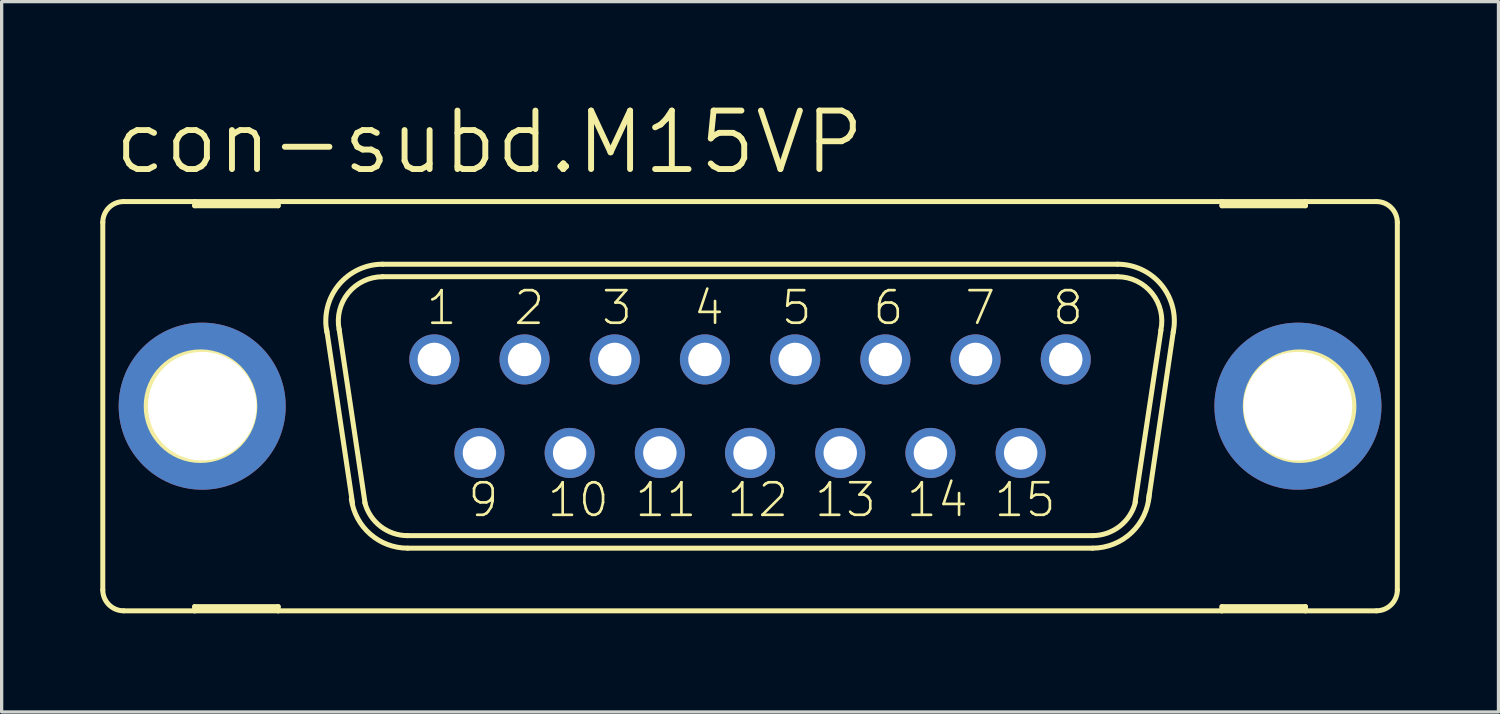
<source format=kicad_pcb>
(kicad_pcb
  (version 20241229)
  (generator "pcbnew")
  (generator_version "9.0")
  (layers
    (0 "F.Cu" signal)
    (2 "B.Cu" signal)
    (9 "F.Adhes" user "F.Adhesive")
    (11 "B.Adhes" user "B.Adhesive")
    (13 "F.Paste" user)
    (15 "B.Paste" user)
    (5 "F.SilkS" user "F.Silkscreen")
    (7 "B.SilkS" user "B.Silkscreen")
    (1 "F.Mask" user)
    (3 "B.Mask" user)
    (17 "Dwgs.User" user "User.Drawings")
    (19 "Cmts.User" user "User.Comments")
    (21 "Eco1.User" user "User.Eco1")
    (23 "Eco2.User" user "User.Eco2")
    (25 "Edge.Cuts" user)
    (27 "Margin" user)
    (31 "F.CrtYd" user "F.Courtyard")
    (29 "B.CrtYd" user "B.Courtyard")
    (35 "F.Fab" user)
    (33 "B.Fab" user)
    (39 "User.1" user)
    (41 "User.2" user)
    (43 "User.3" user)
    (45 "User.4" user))
  (footprint "con-subd.M15VP"
    (layer "F.Cu")
    (at 19.761 9.303)
    (property "Reference" "con-subd.M15VP" (at -19.431 -6.985 0) (layer "F.SilkS") (effects (font (size 1.778 1.778) (thickness 0.18)) (justify left bottom)))
    (attr through_hole)
    (fp_line (start -19.685 -5.588) (end -19.685 5.588) (stroke (width 0.152) (type default)) (layer "F.SilkS"))
    (fp_line (start -19.05 6.223) (end -16.891 6.223) (stroke (width 0.152) (type default)) (layer "F.SilkS"))
    (fp_line (start -16.891 -6.223) (end -19.05 -6.223) (stroke (width 0.152) (type default)) (layer "F.SilkS"))
    (fp_line (start -16.891 -6.223) (end -16.891 -6.096) (stroke (width 0.152) (type default)) (layer "F.SilkS"))
    (fp_line (start -16.891 -6.096) (end -14.351 -6.096) (stroke (width 0.152) (type default)) (layer "F.SilkS"))
    (fp_line (start -16.891 6.096) (end -14.351 6.096) (stroke (width 0.152) (type default)) (layer "F.SilkS"))
    (fp_line (start -16.891 6.223) (end -16.891 6.096) (stroke (width 0.152) (type default)) (layer "F.SilkS"))
    (fp_line (start -16.891 6.223) (end -14.351 6.223) (stroke (width 0.152) (type default)) (layer "F.SilkS"))
    (fp_line (start -14.351 -6.223) (end -16.891 -6.223) (stroke (width 0.152) (type default)) (layer "F.SilkS"))
    (fp_line (start -14.351 -6.096) (end -14.351 -6.223) (stroke (width 0.152) (type default)) (layer "F.SilkS"))
    (fp_line (start -14.351 6.096) (end -14.351 6.223) (stroke (width 0.152) (type default)) (layer "F.SilkS"))
    (fp_line (start -14.351 6.223) (end 14.351 6.223) (stroke (width 0.152) (type default)) (layer "F.SilkS"))
    (fp_line (start -12.09 2.946) (end -12.878 -2.337) (stroke (width 0.152) (type default)) (layer "F.SilkS"))
    (fp_line (start -11.709 2.946) (end -12.497 -2.337) (stroke (width 0.152) (type default)) (layer "F.SilkS"))
    (fp_line (start -11.176 -4.318) (end 11.176 -4.318) (stroke (width 0.152) (type default)) (layer "F.SilkS"))
    (fp_line (start -11.176 -3.937) (end 11.176 -3.937) (stroke (width 0.152) (type default)) (layer "F.SilkS"))
    (fp_line (start -10.414 3.937) (end 10.414 3.937) (stroke (width 0.152) (type default)) (layer "F.SilkS"))
    (fp_line (start -10.414 4.318) (end 10.414 4.318) (stroke (width 0.152) (type default)) (layer "F.SilkS"))
    (fp_line (start 12.497 -2.311) (end 11.709 2.921) (stroke (width 0.152) (type default)) (layer "F.SilkS"))
    (fp_line (start 12.878 -2.311) (end 12.116 2.87) (stroke (width 0.152) (type default)) (layer "F.SilkS"))
    (fp_line (start 14.351 -6.223) (end -14.351 -6.223) (stroke (width 0.152) (type default)) (layer "F.SilkS"))
    (fp_line (start 14.351 -6.223) (end 14.351 -6.096) (stroke (width 0.152) (type default)) (layer "F.SilkS"))
    (fp_line (start 14.351 -6.096) (end 16.891 -6.096) (stroke (width 0.152) (type default)) (layer "F.SilkS"))
    (fp_line (start 14.351 6.096) (end 16.891 6.096) (stroke (width 0.152) (type default)) (layer "F.SilkS"))
    (fp_line (start 14.351 6.223) (end 14.351 6.096) (stroke (width 0.152) (type default)) (layer "F.SilkS"))
    (fp_line (start 14.351 6.223) (end 16.891 6.223) (stroke (width 0.152) (type default)) (layer "F.SilkS"))
    (fp_line (start 16.891 -6.223) (end 14.351 -6.223) (stroke (width 0.152) (type default)) (layer "F.SilkS"))
    (fp_line (start 16.891 -6.096) (end 16.891 -6.223) (stroke (width 0.152) (type default)) (layer "F.SilkS"))
    (fp_line (start 16.891 6.096) (end 16.891 6.223) (stroke (width 0.152) (type default)) (layer "F.SilkS"))
    (fp_line (start 16.891 6.223) (end 19.05 6.223) (stroke (width 0.152) (type default)) (layer "F.SilkS"))
    (fp_line (start 19.05 -6.223) (end 16.891 -6.223) (stroke (width 0.152) (type default)) (layer "F.SilkS"))
    (fp_line (start 19.685 -5.588) (end 19.685 5.588) (stroke (width 0.152) (type default)) (layer "F.SilkS"))
    (fp_arc (start -19.685 -5.588) (mid -19.499013 -6.037013) (end -19.05 -6.223) (stroke (width 0.1524) (type default)) (layer "F.SilkS"))
    (fp_arc (start -19.05 6.223) (mid -19.499013 6.037013) (end -19.685 5.588) (stroke (width 0.1524) (type default)) (layer "F.SilkS"))
    (fp_arc (start -12.8697 -2.2521) (mid -12.511717 -3.685841) (end -11.176 -4.318) (stroke (width 0.1524) (type default)) (layer "F.SilkS"))
    (fp_arc (start -12.4961 -2.3268) (mid -12.217082 -3.444284) (end -11.176 -3.937) (stroke (width 0.1524) (type default)) (layer "F.SilkS"))
    (fp_arc (start -10.414 3.937) (mid -11.2375 3.655746) (end -11.7169 2.9295) (stroke (width 0.1524) (type default)) (layer "F.SilkS"))
    (fp_arc (start -10.414 4.318) (mid -11.551711 3.890312) (end -12.126 2.8191) (stroke (width 0.1524) (type default)) (layer "F.SilkS"))
    (fp_arc (start 11.176 -4.318) (mid 12.511812 -3.685867) (end 12.87 -2.2521) (stroke (width 0.1524) (type default)) (layer "F.SilkS"))
    (fp_arc (start 11.176 -3.937) (mid 12.224556 -3.435184) (end 12.4915 -2.3038) (stroke (width 0.1524) (type default)) (layer "F.SilkS"))
    (fp_arc (start 11.7227 2.905) (mid 11.247256 3.647874) (end 10.414 3.937) (stroke (width 0.1524) (type default)) (layer "F.SilkS"))
    (fp_arc (start 12.1383 2.6849) (mid 11.601366 3.844828) (end 10.414 4.318) (stroke (width 0.1524) (type default)) (layer "F.SilkS"))
    (fp_arc (start 19.05 -6.223) (mid 19.499013 -6.037013) (end 19.685 -5.588) (stroke (width 0.1524) (type default)) (layer "F.SilkS"))
    (fp_arc (start 19.685 5.588) (mid 19.499013 6.037013) (end 19.05 6.223) (stroke (width 0.1524) (type default)) (layer "F.SilkS"))
    (fp_circle (center -16.713 0) (end -15.062 0) (stroke (width 0.152) (type default)) (fill no) (layer "F.SilkS"))
    (fp_circle (center 16.713 0) (end 18.364 0) (stroke (width 0.152) (type default)) (fill no) (layer "F.SilkS"))
    (fp_circle (center -9.601 -1.422) (end -9.347 -1.422) (stroke (width 0.406) (type default)) (fill no) (layer "F.Fab"))
    (fp_circle (center -8.23 1.422) (end -7.976 1.422) (stroke (width 0.406) (type default)) (fill no) (layer "F.Fab"))
    (fp_circle (center -6.858 -1.422) (end -6.604 -1.422) (stroke (width 0.406) (type default)) (fill no) (layer "F.Fab"))
    (fp_circle (center -5.486 1.422) (end -5.232 1.422) (stroke (width 0.406) (type default)) (fill no) (layer "F.Fab"))
    (fp_circle (center -4.115 -1.422) (end -3.861 -1.422) (stroke (width 0.406) (type default)) (fill no) (layer "F.Fab"))
    (fp_circle (center -2.743 1.422) (end -2.489 1.422) (stroke (width 0.406) (type default)) (fill no) (layer "F.Fab"))
    (fp_circle (center -1.372 -1.422) (end -1.118 -1.422) (stroke (width 0.406) (type default)) (fill no) (layer "F.Fab"))
    (fp_circle (center 0 1.422) (end 0.254 1.422) (stroke (width 0.406) (type default)) (fill no) (layer "F.Fab"))
    (fp_circle (center 1.372 -1.422) (end 1.626 -1.422) (stroke (width 0.406) (type default)) (fill no) (layer "F.Fab"))
    (fp_circle (center 2.743 1.422) (end 2.997 1.422) (stroke (width 0.406) (type default)) (fill no) (layer "F.Fab"))
    (fp_circle (center 4.115 -1.422) (end 4.369 -1.422) (stroke (width 0.406) (type default)) (fill no) (layer "F.Fab"))
    (fp_circle (center 5.486 1.422) (end 5.74 1.422) (stroke (width 0.406) (type default)) (fill no) (layer "F.Fab"))
    (fp_circle (center 6.858 -1.422) (end 7.112 -1.422) (stroke (width 0.406) (type default)) (fill no) (layer "F.Fab"))
    (fp_circle (center 8.23 1.422) (end 8.484 1.422) (stroke (width 0.406) (type default)) (fill no) (layer "F.Fab"))
    (fp_circle (center 9.601 -1.422) (end 9.855 -1.422) (stroke (width 0.406) (type default)) (fill no) (layer "F.Fab"))
    (fp_text user "6" (at 3.683 -2.413 0) (layer "F.SilkS") (effects (font (size 0.991 0.991) (thickness 0.08)) (justify left bottom)))
    (fp_text user "10" (at -6.223 3.429 0) (layer "F.SilkS") (effects (font (size 0.991 0.991) (thickness 0.08)) (justify left bottom)))
    (fp_text user "9" (at -8.636 3.429 0) (layer "F.SilkS") (effects (font (size 0.991 0.991) (thickness 0.08)) (justify left bottom)))
    (fp_text user "12" (at -0.762 3.429 0) (layer "F.SilkS") (effects (font (size 0.991 0.991) (thickness 0.08)) (justify left bottom)))
    (fp_text user "8" (at 9.144 -2.413 0) (layer "F.SilkS") (effects (font (size 0.991 0.991) (thickness 0.08)) (justify left bottom)))
    (fp_text user "1" (at -9.906 -2.413 0) (layer "F.SilkS") (effects (font (size 0.991 0.991) (thickness 0.08)) (justify left bottom)))
    (fp_text user "13" (at 1.905 3.429 0) (layer "F.SilkS") (effects (font (size 0.991 0.991) (thickness 0.08)) (justify left bottom)))
    (fp_text user "3" (at -4.572 -2.413 0) (layer "F.SilkS") (effects (font (size 0.991 0.991) (thickness 0.08)) (justify left bottom)))
    (fp_text user "15" (at 7.366 3.429 0) (layer "F.SilkS") (effects (font (size 0.991 0.991) (thickness 0.08)) (justify left bottom)))
    (fp_text user "5" (at 0.889 -2.413 0) (layer "F.SilkS") (effects (font (size 0.991 0.991) (thickness 0.08)) (justify left bottom)))
    (fp_text user "2" (at -7.239 -2.413 0) (layer "F.SilkS") (effects (font (size 0.991 0.991) (thickness 0.08)) (justify left bottom)))
    (fp_text user "14" (at 4.699 3.429 0) (layer "F.SilkS") (effects (font (size 0.991 0.991) (thickness 0.08)) (justify left bottom)))
    (fp_text user "4" (at -1.778 -2.413 0) (layer "F.SilkS") (effects (font (size 0.991 0.991) (thickness 0.08)) (justify left bottom)))
    (fp_text user "7" (at 6.477 -2.413 0) (layer "F.SilkS") (effects (font (size 0.991 0.991) (thickness 0.08)) (justify left bottom)))
    (fp_text user "11" (at -3.556 3.429 0) (layer "F.SilkS") (effects (font (size 0.991 0.991) (thickness 0.08)) (justify left bottom)))
    (pad "1" thru_hole circle (at -9.601 -1.422) (size 1.524 1.524) (drill 1.016) (layers "*.Cu" "*.Mask"))
    (pad "2" thru_hole circle (at -6.858 -1.422) (size 1.524 1.524) (drill 1.016) (layers "*.Cu" "*.Mask"))
    (pad "3" thru_hole circle (at -4.115 -1.422) (size 1.524 1.524) (drill 1.016) (layers "*.Cu" "*.Mask"))
    (pad "4" thru_hole circle (at -1.372 -1.422) (size 1.524 1.524) (drill 1.016) (layers "*.Cu" "*.Mask"))
    (pad "5" thru_hole circle (at 1.372 -1.422) (size 1.524 1.524) (drill 1.016) (layers "*.Cu" "*.Mask"))
    (pad "6" thru_hole circle (at 4.115 -1.422) (size 1.524 1.524) (drill 1.016) (layers "*.Cu" "*.Mask"))
    (pad "7" thru_hole circle (at 6.858 -1.422) (size 1.524 1.524) (drill 1.016) (layers "*.Cu" "*.Mask"))
    (pad "8" thru_hole circle (at 9.601 -1.422) (size 1.524 1.524) (drill 1.016) (layers "*.Cu" "*.Mask"))
    (pad "9" thru_hole circle (at -8.23 1.422) (size 1.524 1.524) (drill 1.016) (layers "*.Cu" "*.Mask"))
    (pad "10" thru_hole circle (at -5.486 1.422) (size 1.524 1.524) (drill 1.016) (layers "*.Cu" "*.Mask"))
    (pad "11" thru_hole circle (at -2.743 1.422) (size 1.524 1.524) (drill 1.016) (layers "*.Cu" "*.Mask"))
    (pad "12" thru_hole circle (at 0 1.422) (size 1.524 1.524) (drill 1.016) (layers "*.Cu" "*.Mask"))
    (pad "13" thru_hole circle (at 2.743 1.422) (size 1.524 1.524) (drill 1.016) (layers "*.Cu" "*.Mask"))
    (pad "14" thru_hole circle (at 5.486 1.422) (size 1.524 1.524) (drill 1.016) (layers "*.Cu" "*.Mask"))
    (pad "15" thru_hole circle (at 8.23 1.422) (size 1.524 1.524) (drill 1.016) (layers "*.Cu" "*.Mask"))
    (pad "G1" thru_hole circle (at -16.662 0) (size 5.08 5.08) (drill 3.302) (layers "*.Cu" "*.Mask"))
    (pad "G2" thru_hole circle (at 16.662 0) (size 5.08 5.08) (drill 3.302) (layers "*.Cu" "*.Mask")))
  (gr_rect
    (start -3 -3)
    (end 42.522 18.602)
    (stroke (width 0.1) (type default))
    (fill no)
    (layer "Edge.Cuts")))
</source>
